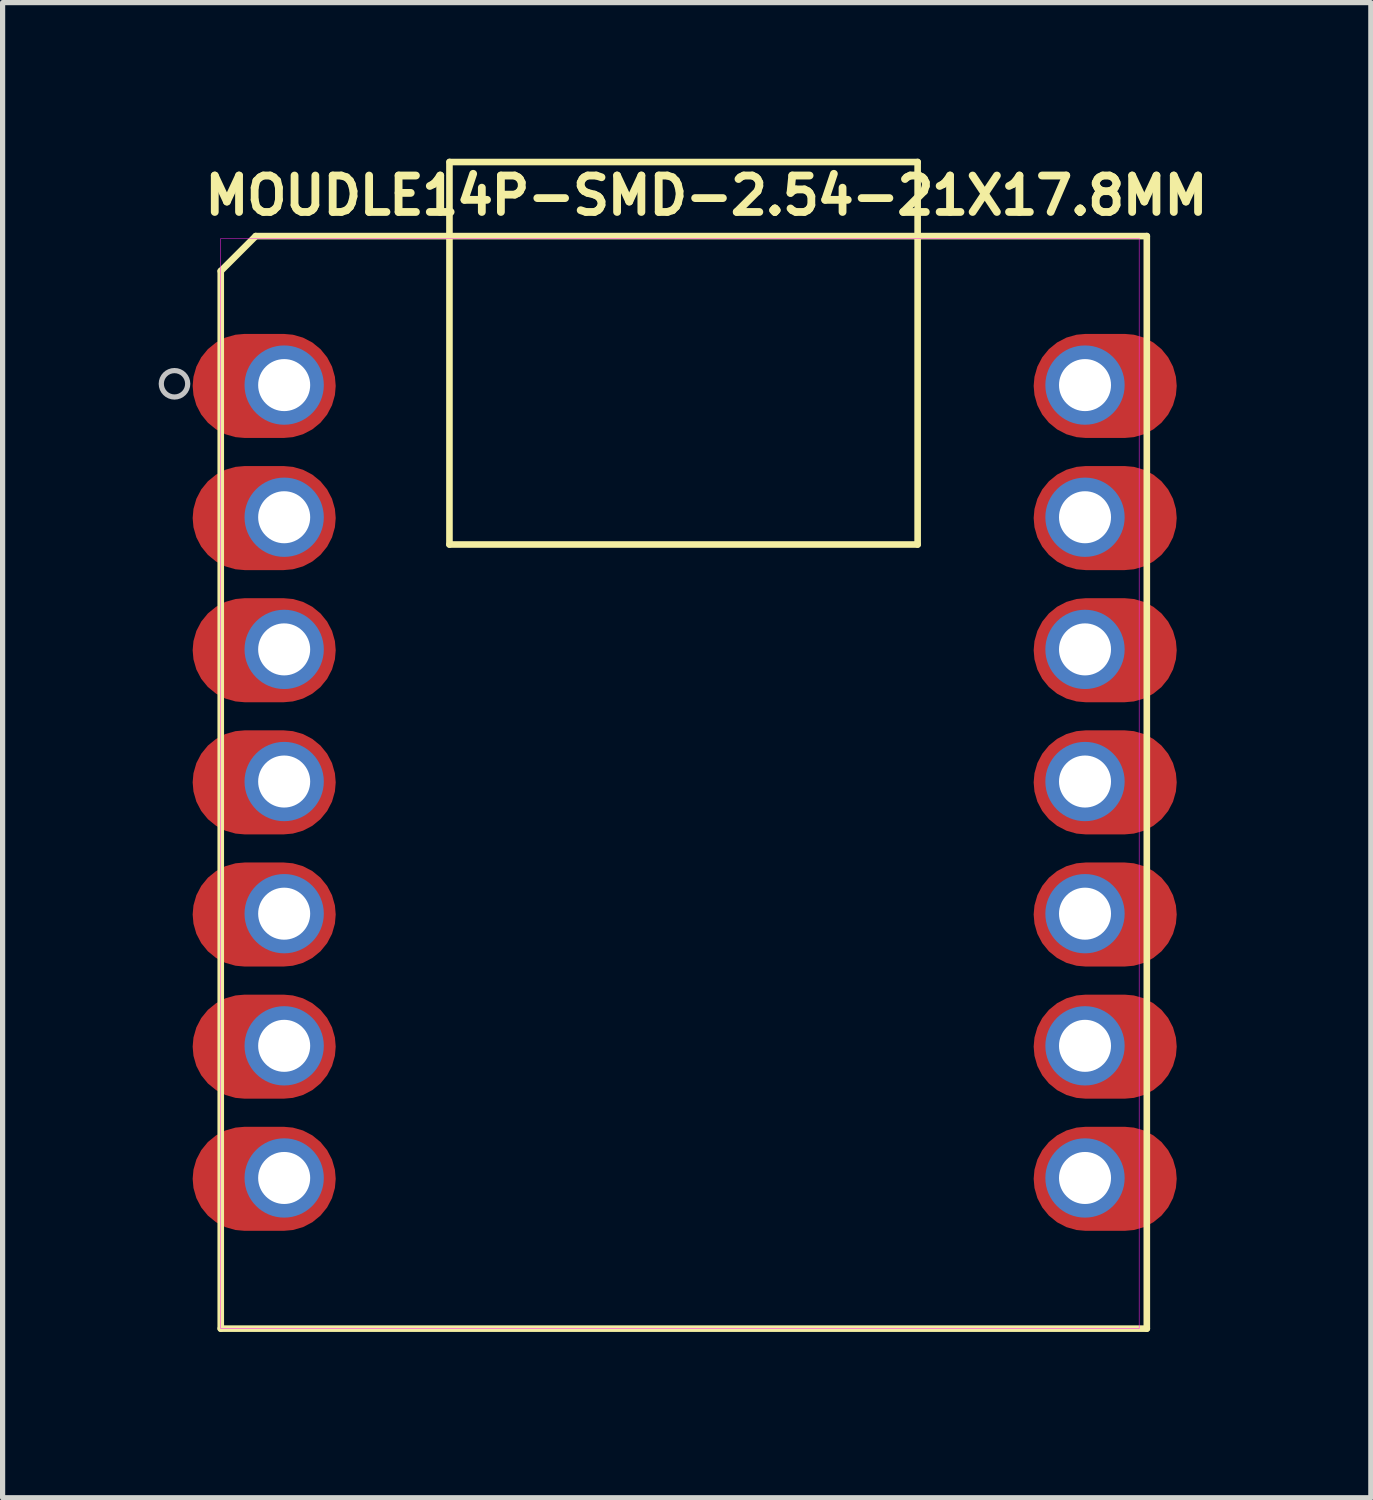
<source format=kicad_pcb>
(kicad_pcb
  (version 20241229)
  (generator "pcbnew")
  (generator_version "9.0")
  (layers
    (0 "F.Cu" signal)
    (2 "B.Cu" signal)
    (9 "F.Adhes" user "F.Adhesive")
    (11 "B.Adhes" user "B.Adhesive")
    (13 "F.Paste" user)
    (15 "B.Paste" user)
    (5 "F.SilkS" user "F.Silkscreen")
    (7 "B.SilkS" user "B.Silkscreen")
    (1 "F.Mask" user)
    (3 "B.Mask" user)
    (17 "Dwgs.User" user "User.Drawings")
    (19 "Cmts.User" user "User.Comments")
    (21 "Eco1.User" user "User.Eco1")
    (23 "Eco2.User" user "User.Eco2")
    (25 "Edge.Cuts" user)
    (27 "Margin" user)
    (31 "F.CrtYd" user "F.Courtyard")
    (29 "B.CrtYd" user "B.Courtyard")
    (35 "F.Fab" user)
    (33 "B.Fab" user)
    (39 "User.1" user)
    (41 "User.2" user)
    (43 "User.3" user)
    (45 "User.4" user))
  (footprint "MOUDLE14P-SMD-2.54-21X17.8MM"
    (layer "F.Cu")
    (at 1.193 22.488)
    (property "Reference" "MOUDLE14P-SMD-2.54-21X17.8MM" (at 9.335 -21.78 0) (layer "F.SilkS") (effects (font (size 0.7 0.7) (thickness 0.15))))
    (attr through_hole)
    (fp_line (start 0 -20.328) (end 0 0) (stroke (width 0.127) (type solid)) (layer "F.SilkS"))
    (fp_line (start 0 0) (end 17.8 0) (stroke (width 0.127) (type solid)) (layer "F.SilkS"))
    (fp_line (start 0.672 -21) (end 0 -20.328) (stroke (width 0.127) (type solid)) (layer "F.SilkS"))
    (fp_line (start 4.396 -15.072) (end 4.396 -22.425) (stroke (width 0.127) (type solid)) (layer "F.SilkS"))
    (fp_line (start 4.4 -22.424) (end 13.395 -22.424) (stroke (width 0.127) (type solid)) (layer "F.SilkS"))
    (fp_line (start 13.395 -22.424) (end 13.395 -15.072) (stroke (width 0.127) (type solid)) (layer "F.SilkS"))
    (fp_line (start 13.395 -15.072) (end 4.396 -15.072) (stroke (width 0.127) (type solid)) (layer "F.SilkS"))
    (fp_line (start 17.8 -21) (end 0.672 -21) (stroke (width 0.127) (type solid)) (layer "F.SilkS"))
    (fp_line (start 17.8 0) (end 17.8 -21) (stroke (width 0.127) (type solid)) (layer "F.SilkS"))
    (fp_circle (center -0.889 -18.161) (end -0.635 -18.161) (stroke (width 0.1) (type solid)) (fill no) (layer "Dwgs.User"))
    (fp_poly (pts (xy 0 -20.955) (xy 17.653 -20.955) (xy 17.653 0) (xy 0 0)) (stroke (width 0.01) (type solid)) (fill no) (layer "F.CrtYd"))
    (pad "1" smd roundrect (at 0.835 -18.12) (size 2.75 2) (layers "F.Cu" "F.Mask" "F.Paste") (roundrect_rratio 0.5))
    (pad "1" thru_hole circle (at 1.219 -18.136) (size 1.524 1.524) (drill 1) (layers "*.Cu" "*.Mask"))
    (pad "2" smd roundrect (at 0.835 -15.58) (size 2.75 2) (layers "F.Cu" "F.Mask" "F.Paste") (roundrect_rratio 0.5))
    (pad "2" thru_hole circle (at 1.219 -15.596) (size 1.524 1.524) (drill 1) (layers "*.Cu" "*.Mask"))
    (pad "3" smd roundrect (at 0.835 -13.04) (size 2.75 2) (layers "F.Cu" "F.Mask" "F.Paste") (roundrect_rratio 0.5))
    (pad "3" thru_hole circle (at 1.219 -13.056) (size 1.524 1.524) (drill 1) (layers "*.Cu" "*.Mask"))
    (pad "4" smd roundrect (at 0.835 -10.5) (size 2.75 2) (layers "F.Cu" "F.Mask" "F.Paste") (roundrect_rratio 0.5))
    (pad "4" thru_hole circle (at 1.219 -10.516) (size 1.524 1.524) (drill 1) (layers "*.Cu" "*.Mask"))
    (pad "5" smd roundrect (at 0.835 -7.96) (size 2.75 2) (layers "F.Cu" "F.Mask" "F.Paste") (roundrect_rratio 0.5))
    (pad "5" thru_hole circle (at 1.219 -7.976) (size 1.524 1.524) (drill 1) (layers "*.Cu" "*.Mask"))
    (pad "6" smd roundrect (at 0.835 -5.42) (size 2.75 2) (layers "F.Cu" "F.Mask" "F.Paste") (roundrect_rratio 0.5))
    (pad "6" thru_hole circle (at 1.219 -5.436) (size 1.524 1.524) (drill 1) (layers "*.Cu" "*.Mask"))
    (pad "7" smd roundrect (at 0.835 -2.88) (size 2.75 2) (layers "F.Cu" "F.Mask" "F.Paste") (roundrect_rratio 0.5))
    (pad "7" thru_hole circle (at 1.219 -2.896) (size 1.524 1.524) (drill 1) (layers "*.Cu" "*.Mask"))
    (pad "8" thru_hole circle (at 16.612 -2.896) (size 1.524 1.524) (drill 1) (layers "*.Cu" "*.Mask"))
    (pad "8" smd roundrect (at 17 -2.88) (size 2.75 2) (layers "F.Cu" "F.Mask" "F.Paste") (roundrect_rratio 0.5))
    (pad "9" thru_hole circle (at 16.612 -5.436) (size 1.524 1.524) (drill 1) (layers "*.Cu" "*.Mask"))
    (pad "9" smd roundrect (at 17 -5.42) (size 2.75 2) (layers "F.Cu" "F.Mask" "F.Paste") (roundrect_rratio 0.5))
    (pad "10" thru_hole circle (at 16.612 -7.976) (size 1.524 1.524) (drill 1) (layers "*.Cu" "*.Mask"))
    (pad "10" smd roundrect (at 17 -7.96) (size 2.75 2) (layers "F.Cu" "F.Mask" "F.Paste") (roundrect_rratio 0.5))
    (pad "11" thru_hole circle (at 16.612 -10.516) (size 1.524 1.524) (drill 1) (layers "*.Cu" "*.Mask"))
    (pad "11" smd roundrect (at 17 -10.5) (size 2.75 2) (layers "F.Cu" "F.Mask" "F.Paste") (roundrect_rratio 0.5))
    (pad "12" thru_hole circle (at 16.612 -13.056) (size 1.524 1.524) (drill 1) (layers "*.Cu" "*.Mask"))
    (pad "12" smd roundrect (at 17 -13.04) (size 2.75 2) (layers "F.Cu" "F.Mask" "F.Paste") (roundrect_rratio 0.5))
    (pad "13" thru_hole circle (at 16.612 -15.596) (size 1.524 1.524) (drill 1) (layers "*.Cu" "*.Mask"))
    (pad "13" smd roundrect (at 17 -15.58) (size 2.75 2) (layers "F.Cu" "F.Mask" "F.Paste") (roundrect_rratio 0.5))
    (pad "14" thru_hole circle (at 16.612 -18.136) (size 1.524 1.524) (drill 1) (layers "*.Cu" "*.Mask"))
    (pad "14" smd roundrect (at 17 -18.12) (size 2.75 2) (layers "F.Cu" "F.Mask" "F.Paste") (roundrect_rratio 0.5))
    (zone (net_name "") (layer "F.Cu") (hatch full 0.508) (connect_pads) (min_thickness 0.01) (filled_areas_thickness no) (keepout (tracks not_allowed) (vias not_allowed) (pads not_allowed) (copperpour not_allowed) (footprints allowed)) (placement (enabled no)) (fill) (polygon (pts (xy 4.178 9.725) (xy 7.098 9.725) (xy 7.098 11.757) (xy 4.178 11.757))))
    (zone (net_name "") (layer "F.Cu") (hatch full 0.508) (connect_pads) (min_thickness 0.01) (filled_areas_thickness no) (keepout (tracks not_allowed) (vias not_allowed) (pads not_allowed) (copperpour not_allowed) (footprints allowed)) (placement (enabled no)) (fill) (polygon (pts (xy 4.876 1.407) (xy 6.654 1.407) (xy 6.654 4.074) (xy 4.876 4.074))))
    (zone (net_name "") (layer "F.Cu") (hatch full 0.508) (connect_pads) (min_thickness 0.01) (filled_areas_thickness no) (keepout (tracks not_allowed) (vias not_allowed) (pads not_allowed) (copperpour not_allowed) (footprints allowed)) (placement (enabled no)) (fill) (polygon (pts (xy 4.876 5.471) (xy 6.654 5.471) (xy 6.654 8.137) (xy 4.876 8.137))))
    (zone (net_name "") (layer "F.Cu") (hatch full 0.508) (connect_pads) (min_thickness 0.01) (filled_areas_thickness no) (keepout (tracks not_allowed) (vias not_allowed) (pads not_allowed) (copperpour not_allowed) (footprints allowed)) (placement (enabled no)) (fill) (polygon (pts (xy 7.543 2.168) (xy 12.75 2.168) (xy 12.75 9.153) (xy 7.543 9.153))))
    (zone (net_name "") (layer "F.Cu") (hatch full 0.508) (connect_pads) (min_thickness 0.01) (filled_areas_thickness no) (keepout (tracks not_allowed) (vias not_allowed) (pads not_allowed) (copperpour not_allowed) (footprints allowed)) (placement (enabled no)) (fill) (polygon (pts (xy 7.543 19.314) (xy 13.258 19.314) (xy 13.258 21.854) (xy 7.543 21.854))))
    (zone (net_name "") (layer "F.Cu") (hatch full 0.508) (connect_pads) (min_thickness 0.01) (filled_areas_thickness no) (keepout (tracks not_allowed) (vias not_allowed) (pads not_allowed) (copperpour not_allowed) (footprints allowed)) (placement (enabled no)) (fill) (polygon (pts (xy 10.972 11.185) (xy 14.02 11.185) (xy 14.02 14.233) (xy 10.972 14.233))))
    (zone (net_name "") (layer "F.Cu") (hatch full 0.508) (connect_pads) (min_thickness 0.01) (filled_areas_thickness no) (keepout (tracks not_allowed) (vias not_allowed) (pads not_allowed) (copperpour not_allowed) (footprints allowed)) (placement (enabled no)) (fill) (polygon (pts (xy 13.512 1.407) (xy 15.29 1.407) (xy 15.29 4.074) (xy 13.512 4.074))))
    (zone (net_name "") (layer "F.Cu") (hatch full 0.508) (connect_pads) (min_thickness 0.01) (filled_areas_thickness no) (keepout (tracks not_allowed) (vias not_allowed) (pads not_allowed) (copperpour not_allowed) (footprints allowed)) (placement (enabled no)) (fill) (polygon (pts (xy 13.512 5.471) (xy 15.29 5.471) (xy 15.29 8.137) (xy 13.512 8.137)))))
  (gr_rect
    (start -3 -3)
    (end 23.299 25.738)
    (stroke (width 0.1) (type default))
    (fill no)
    (layer "Edge.Cuts")))
</source>
